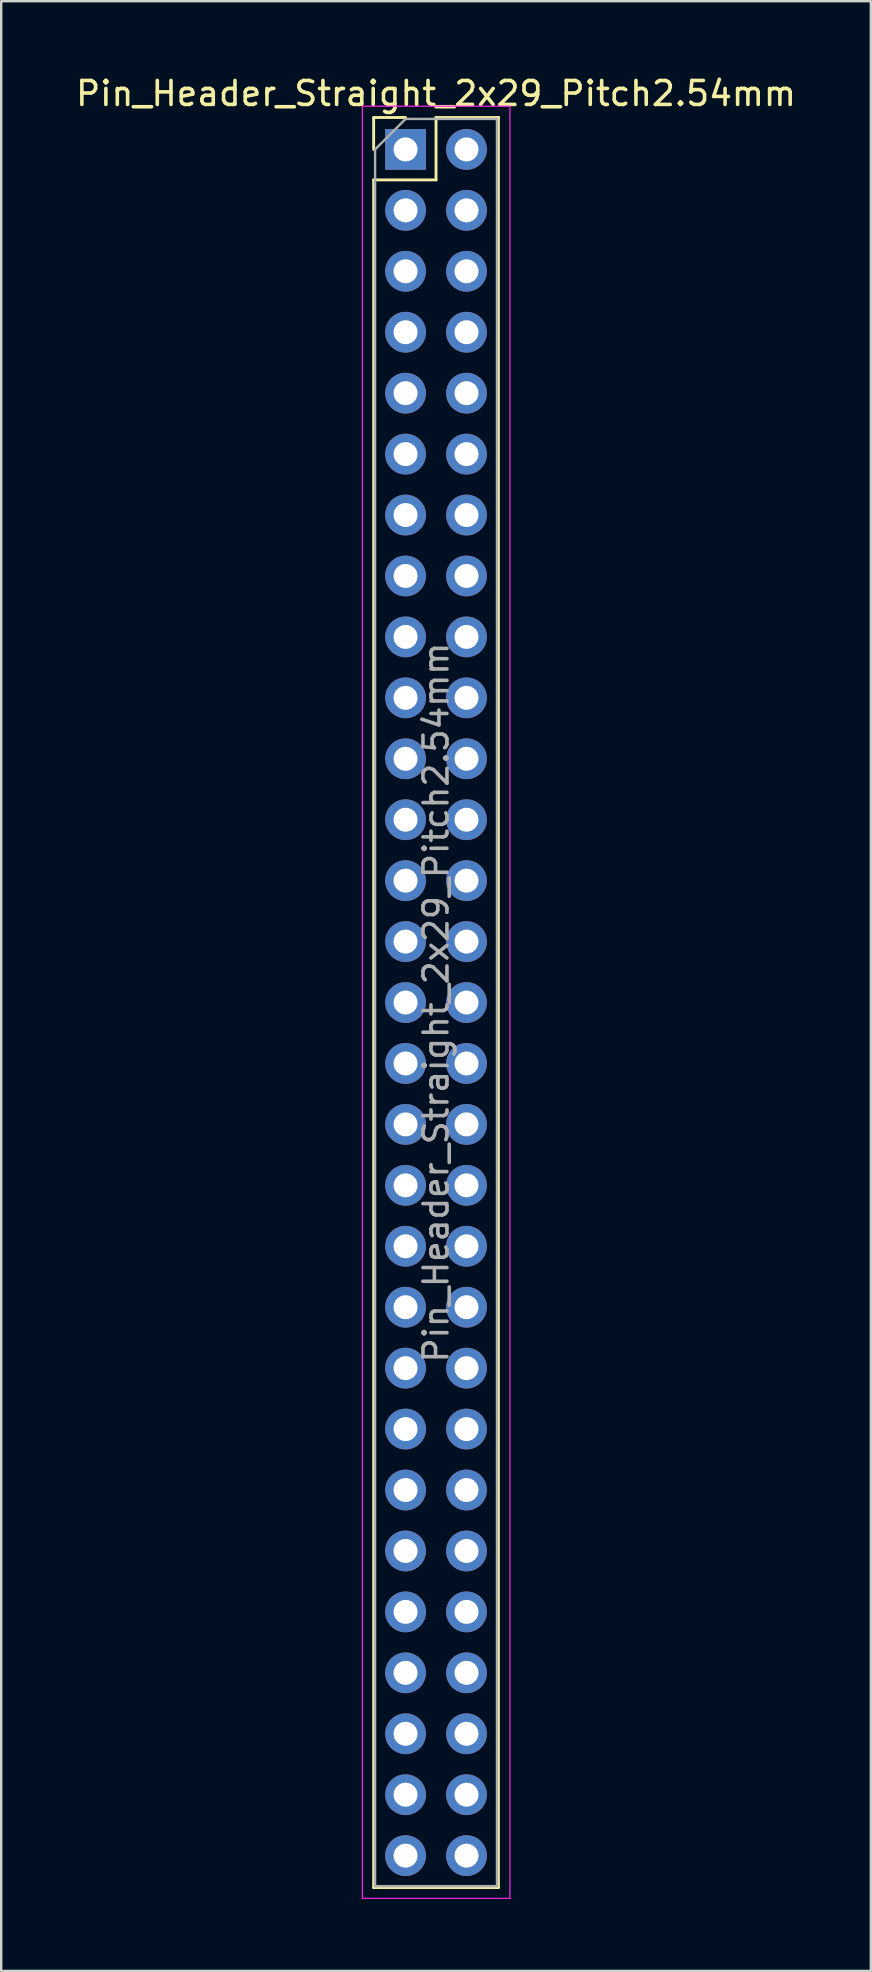
<source format=kicad_pcb>
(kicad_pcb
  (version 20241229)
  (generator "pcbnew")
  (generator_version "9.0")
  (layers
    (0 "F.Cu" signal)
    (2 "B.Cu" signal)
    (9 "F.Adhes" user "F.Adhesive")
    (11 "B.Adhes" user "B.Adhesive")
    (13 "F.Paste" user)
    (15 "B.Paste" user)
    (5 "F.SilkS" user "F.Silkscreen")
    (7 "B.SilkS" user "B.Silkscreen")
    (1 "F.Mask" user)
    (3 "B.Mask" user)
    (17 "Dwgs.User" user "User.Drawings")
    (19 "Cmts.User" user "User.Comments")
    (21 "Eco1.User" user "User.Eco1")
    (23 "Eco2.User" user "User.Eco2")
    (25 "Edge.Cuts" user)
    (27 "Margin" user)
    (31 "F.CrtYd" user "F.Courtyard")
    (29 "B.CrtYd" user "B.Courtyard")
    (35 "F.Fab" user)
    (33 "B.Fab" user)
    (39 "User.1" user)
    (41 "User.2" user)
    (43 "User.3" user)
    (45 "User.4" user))
  (footprint "Pin_Header_Straight_2x29_Pitch2.54mm"
    (layer "F.Cu")
    (at 13.855 3.178)
    (property "Reference" "Pin_Header_Straight_2x29_Pitch2.54mm" (at 1.27 -2.33 0) (layer "F.SilkS") (effects (font (size 1 1) (thickness 0.15))))
    (attr through_hole)
    (fp_line (start -1.33 -1.33) (end 0 -1.33) (stroke (width 0.12) (type solid)) (layer "F.SilkS"))
    (fp_line (start -1.33 0) (end -1.33 -1.33) (stroke (width 0.12) (type solid)) (layer "F.SilkS"))
    (fp_line (start -1.33 1.27) (end -1.33 72.45) (stroke (width 0.12) (type solid)) (layer "F.SilkS"))
    (fp_line (start -1.33 1.27) (end 1.27 1.27) (stroke (width 0.12) (type solid)) (layer "F.SilkS"))
    (fp_line (start -1.33 72.45) (end 3.87 72.45) (stroke (width 0.12) (type solid)) (layer "F.SilkS"))
    (fp_line (start 1.27 -1.33) (end 3.87 -1.33) (stroke (width 0.12) (type solid)) (layer "F.SilkS"))
    (fp_line (start 1.27 1.27) (end 1.27 -1.33) (stroke (width 0.12) (type solid)) (layer "F.SilkS"))
    (fp_line (start 3.87 -1.33) (end 3.87 72.45) (stroke (width 0.12) (type solid)) (layer "F.SilkS"))
    (fp_line (start -1.8 -1.8) (end -1.8 72.9) (stroke (width 0.05) (type solid)) (layer "F.CrtYd"))
    (fp_line (start -1.8 72.9) (end 4.35 72.9) (stroke (width 0.05) (type solid)) (layer "F.CrtYd"))
    (fp_line (start 4.35 -1.8) (end -1.8 -1.8) (stroke (width 0.05) (type solid)) (layer "F.CrtYd"))
    (fp_line (start 4.35 72.9) (end 4.35 -1.8) (stroke (width 0.05) (type solid)) (layer "F.CrtYd"))
    (fp_line (start -1.27 0) (end 0 -1.27) (stroke (width 0.1) (type solid)) (layer "F.Fab"))
    (fp_line (start -1.27 72.39) (end -1.27 0) (stroke (width 0.1) (type solid)) (layer "F.Fab"))
    (fp_line (start 0 -1.27) (end 3.81 -1.27) (stroke (width 0.1) (type solid)) (layer "F.Fab"))
    (fp_line (start 3.81 -1.27) (end 3.81 72.39) (stroke (width 0.1) (type solid)) (layer "F.Fab"))
    (fp_line (start 3.81 72.39) (end -1.27 72.39) (stroke (width 0.1) (type solid)) (layer "F.Fab"))
    (fp_text user "${REFERENCE}" (at 1.27 35.56 90) (layer "F.Fab") (effects (font (size 1 1) (thickness 0.15))))
    (pad "1" thru_hole rect (at 0 0) (size 1.7 1.7) (drill 1) (layers "*.Cu" "*.Mask"))
    (pad "2" thru_hole oval (at 2.54 0) (size 1.7 1.7) (drill 1) (layers "*.Cu" "*.Mask"))
    (pad "3" thru_hole oval (at 0 2.54) (size 1.7 1.7) (drill 1) (layers "*.Cu" "*.Mask"))
    (pad "4" thru_hole oval (at 2.54 2.54) (size 1.7 1.7) (drill 1) (layers "*.Cu" "*.Mask"))
    (pad "5" thru_hole oval (at 0 5.08) (size 1.7 1.7) (drill 1) (layers "*.Cu" "*.Mask"))
    (pad "6" thru_hole oval (at 2.54 5.08) (size 1.7 1.7) (drill 1) (layers "*.Cu" "*.Mask"))
    (pad "7" thru_hole oval (at 0 7.62) (size 1.7 1.7) (drill 1) (layers "*.Cu" "*.Mask"))
    (pad "8" thru_hole oval (at 2.54 7.62) (size 1.7 1.7) (drill 1) (layers "*.Cu" "*.Mask"))
    (pad "9" thru_hole oval (at 0 10.16) (size 1.7 1.7) (drill 1) (layers "*.Cu" "*.Mask"))
    (pad "10" thru_hole oval (at 2.54 10.16) (size 1.7 1.7) (drill 1) (layers "*.Cu" "*.Mask"))
    (pad "11" thru_hole oval (at 0 12.7) (size 1.7 1.7) (drill 1) (layers "*.Cu" "*.Mask"))
    (pad "12" thru_hole oval (at 2.54 12.7) (size 1.7 1.7) (drill 1) (layers "*.Cu" "*.Mask"))
    (pad "13" thru_hole oval (at 0 15.24) (size 1.7 1.7) (drill 1) (layers "*.Cu" "*.Mask"))
    (pad "14" thru_hole oval (at 2.54 15.24) (size 1.7 1.7) (drill 1) (layers "*.Cu" "*.Mask"))
    (pad "15" thru_hole oval (at 0 17.78) (size 1.7 1.7) (drill 1) (layers "*.Cu" "*.Mask"))
    (pad "16" thru_hole oval (at 2.54 17.78) (size 1.7 1.7) (drill 1) (layers "*.Cu" "*.Mask"))
    (pad "17" thru_hole oval (at 0 20.32) (size 1.7 1.7) (drill 1) (layers "*.Cu" "*.Mask"))
    (pad "18" thru_hole oval (at 2.54 20.32) (size 1.7 1.7) (drill 1) (layers "*.Cu" "*.Mask"))
    (pad "19" thru_hole oval (at 0 22.86) (size 1.7 1.7) (drill 1) (layers "*.Cu" "*.Mask"))
    (pad "20" thru_hole oval (at 2.54 22.86) (size 1.7 1.7) (drill 1) (layers "*.Cu" "*.Mask"))
    (pad "21" thru_hole oval (at 0 25.4) (size 1.7 1.7) (drill 1) (layers "*.Cu" "*.Mask"))
    (pad "22" thru_hole oval (at 2.54 25.4) (size 1.7 1.7) (drill 1) (layers "*.Cu" "*.Mask"))
    (pad "23" thru_hole oval (at 0 27.94) (size 1.7 1.7) (drill 1) (layers "*.Cu" "*.Mask"))
    (pad "24" thru_hole oval (at 2.54 27.94) (size 1.7 1.7) (drill 1) (layers "*.Cu" "*.Mask"))
    (pad "25" thru_hole oval (at 0 30.48) (size 1.7 1.7) (drill 1) (layers "*.Cu" "*.Mask"))
    (pad "26" thru_hole oval (at 2.54 30.48) (size 1.7 1.7) (drill 1) (layers "*.Cu" "*.Mask"))
    (pad "27" thru_hole oval (at 0 33.02) (size 1.7 1.7) (drill 1) (layers "*.Cu" "*.Mask"))
    (pad "28" thru_hole oval (at 2.54 33.02) (size 1.7 1.7) (drill 1) (layers "*.Cu" "*.Mask"))
    (pad "29" thru_hole oval (at 0 35.56) (size 1.7 1.7) (drill 1) (layers "*.Cu" "*.Mask"))
    (pad "30" thru_hole oval (at 2.54 35.56) (size 1.7 1.7) (drill 1) (layers "*.Cu" "*.Mask"))
    (pad "31" thru_hole oval (at 0 38.1) (size 1.7 1.7) (drill 1) (layers "*.Cu" "*.Mask"))
    (pad "32" thru_hole oval (at 2.54 38.1) (size 1.7 1.7) (drill 1) (layers "*.Cu" "*.Mask"))
    (pad "33" thru_hole oval (at 0 40.64) (size 1.7 1.7) (drill 1) (layers "*.Cu" "*.Mask"))
    (pad "34" thru_hole oval (at 2.54 40.64) (size 1.7 1.7) (drill 1) (layers "*.Cu" "*.Mask"))
    (pad "35" thru_hole oval (at 0 43.18) (size 1.7 1.7) (drill 1) (layers "*.Cu" "*.Mask"))
    (pad "36" thru_hole oval (at 2.54 43.18) (size 1.7 1.7) (drill 1) (layers "*.Cu" "*.Mask"))
    (pad "37" thru_hole oval (at 0 45.72) (size 1.7 1.7) (drill 1) (layers "*.Cu" "*.Mask"))
    (pad "38" thru_hole oval (at 2.54 45.72) (size 1.7 1.7) (drill 1) (layers "*.Cu" "*.Mask"))
    (pad "39" thru_hole oval (at 0 48.26) (size 1.7 1.7) (drill 1) (layers "*.Cu" "*.Mask"))
    (pad "40" thru_hole oval (at 2.54 48.26) (size 1.7 1.7) (drill 1) (layers "*.Cu" "*.Mask"))
    (pad "41" thru_hole oval (at 0 50.8) (size 1.7 1.7) (drill 1) (layers "*.Cu" "*.Mask"))
    (pad "42" thru_hole oval (at 2.54 50.8) (size 1.7 1.7) (drill 1) (layers "*.Cu" "*.Mask"))
    (pad "43" thru_hole oval (at 0 53.34) (size 1.7 1.7) (drill 1) (layers "*.Cu" "*.Mask"))
    (pad "44" thru_hole oval (at 2.54 53.34) (size 1.7 1.7) (drill 1) (layers "*.Cu" "*.Mask"))
    (pad "45" thru_hole oval (at 0 55.88) (size 1.7 1.7) (drill 1) (layers "*.Cu" "*.Mask"))
    (pad "46" thru_hole oval (at 2.54 55.88) (size 1.7 1.7) (drill 1) (layers "*.Cu" "*.Mask"))
    (pad "47" thru_hole oval (at 0 58.42) (size 1.7 1.7) (drill 1) (layers "*.Cu" "*.Mask"))
    (pad "48" thru_hole oval (at 2.54 58.42) (size 1.7 1.7) (drill 1) (layers "*.Cu" "*.Mask"))
    (pad "49" thru_hole oval (at 0 60.96) (size 1.7 1.7) (drill 1) (layers "*.Cu" "*.Mask"))
    (pad "50" thru_hole oval (at 2.54 60.96) (size 1.7 1.7) (drill 1) (layers "*.Cu" "*.Mask"))
    (pad "51" thru_hole oval (at 0 63.5) (size 1.7 1.7) (drill 1) (layers "*.Cu" "*.Mask"))
    (pad "52" thru_hole oval (at 2.54 63.5) (size 1.7 1.7) (drill 1) (layers "*.Cu" "*.Mask"))
    (pad "53" thru_hole oval (at 0 66.04) (size 1.7 1.7) (drill 1) (layers "*.Cu" "*.Mask"))
    (pad "54" thru_hole oval (at 2.54 66.04) (size 1.7 1.7) (drill 1) (layers "*.Cu" "*.Mask"))
    (pad "55" thru_hole oval (at 0 68.58) (size 1.7 1.7) (drill 1) (layers "*.Cu" "*.Mask"))
    (pad "56" thru_hole oval (at 2.54 68.58) (size 1.7 1.7) (drill 1) (layers "*.Cu" "*.Mask"))
    (pad "57" thru_hole oval (at 0 71.12) (size 1.7 1.7) (drill 1) (layers "*.Cu" "*.Mask"))
    (pad "58" thru_hole oval (at 2.54 71.12) (size 1.7 1.7) (drill 1) (layers "*.Cu" "*.Mask")))
  (gr_rect
    (start -3 -3)
    (end 33.25 79.103)
    (stroke (width 0.1) (type default))
    (fill no)
    (layer "Edge.Cuts")))
</source>
